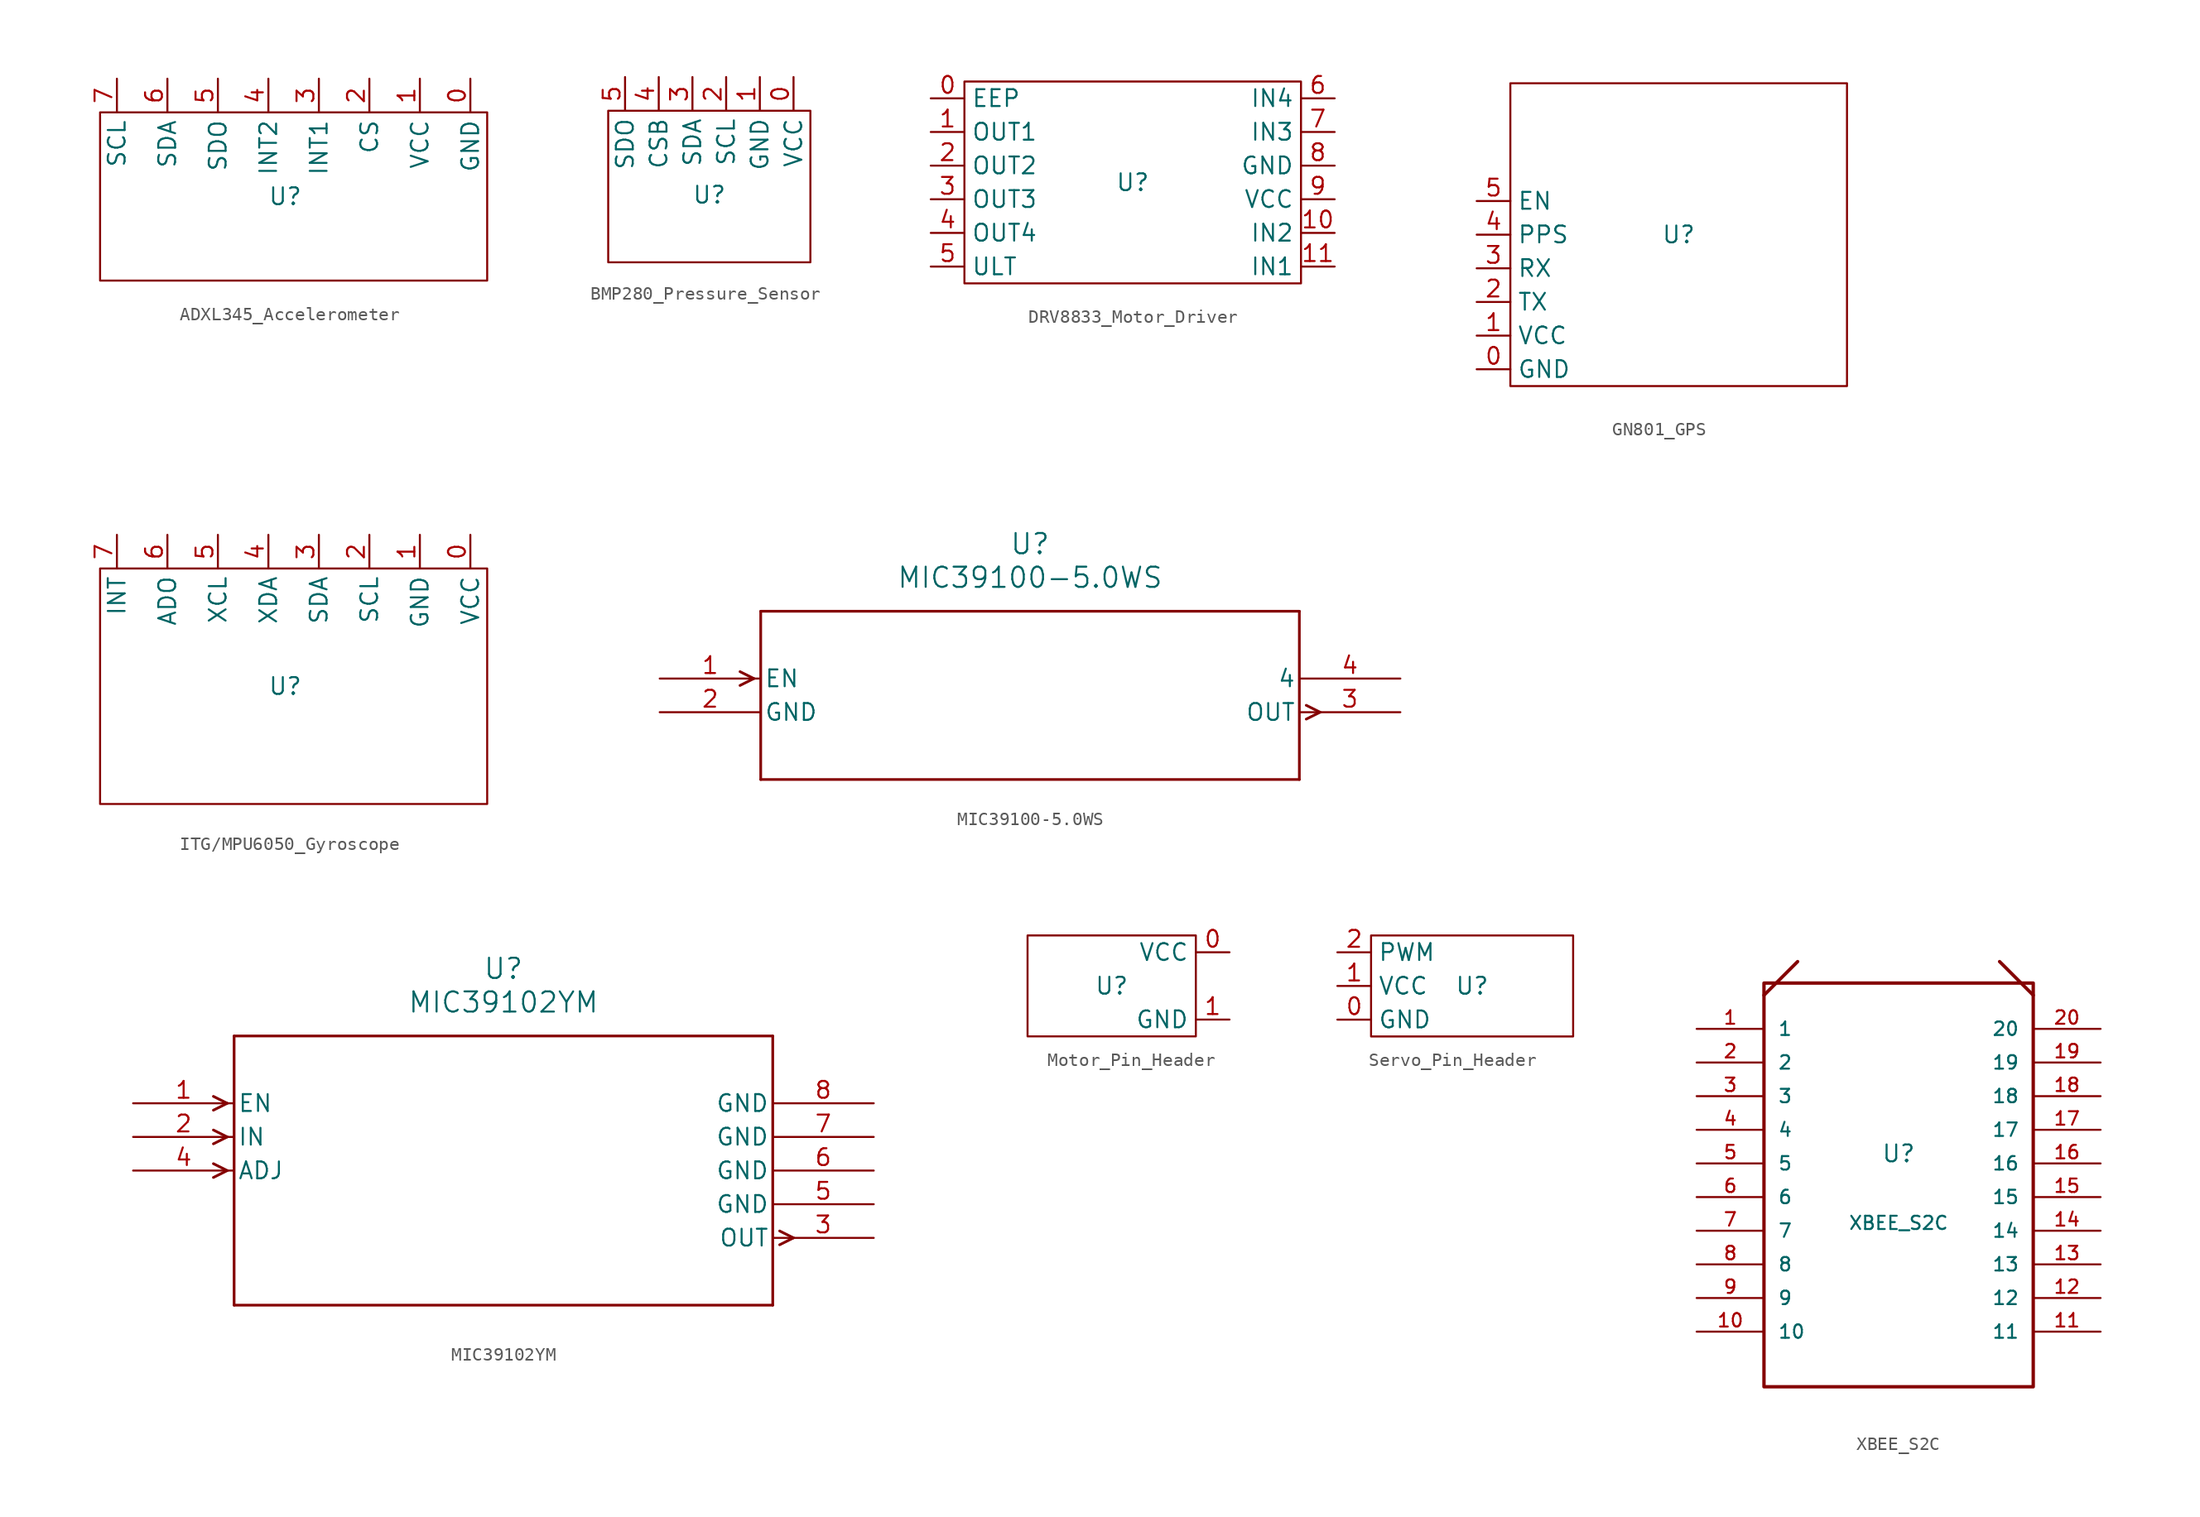
<source format=kicad_sym>
(kicad_symbol_lib
  (version 20220914)
  (generator kicad_symbol_editor)
  (symbol "ADXL345_Accelerometer"
    (property "Reference" "U"
      (at 0 0 0)
      (effects (font (size 1.27 1.27))))
    (property "Value" ""
      (at 3.81 0 0)
      (effects (font (size 1.27 1.27))))
    (symbol "ADXL345_Accelerometer_0_1"
      (rectangle (start -13.97 6.35) (end 15.24 -6.35) (stroke (width 0) (type default)) (fill (type none))))
    (symbol "ADXL345_Accelerometer_1_1"
      (pin unspecified line (at 13.97 8.89 270) (length 2.54) (name "GND" (effects (font (size 1.27 1.27)))) (number "0" (effects (font (size 1.27 1.27)))))
      (pin power_in line (at 10.16 8.89 270) (length 2.54) (name "VCC" (effects (font (size 1.27 1.27)))) (number "1" (effects (font (size 1.27 1.27)))))
      (pin unspecified line (at 6.35 8.89 270) (length 2.54) (name "CS" (effects (font (size 1.27 1.27)))) (number "2" (effects (font (size 1.27 1.27)))))
      (pin unspecified line (at 2.54 8.89 270) (length 2.54) (name "INT1" (effects (font (size 1.27 1.27)))) (number "3" (effects (font (size 1.27 1.27)))))
      (pin unspecified line (at -1.27 8.89 270) (length 2.54) (name "INT2" (effects (font (size 1.27 1.27)))) (number "4" (effects (font (size 1.27 1.27)))))
      (pin unspecified line (at -5.08 8.89 270) (length 2.54) (name "SDO" (effects (font (size 1.27 1.27)))) (number "5" (effects (font (size 1.27 1.27)))))
      (pin bidirectional line (at -8.89 8.89 270) (length 2.54) (name "SDA" (effects (font (size 1.27 1.27)))) (number "6" (effects (font (size 1.27 1.27)))))
      (pin bidirectional line (at -12.7 8.89 270) (length 2.54) (name "SCL" (effects (font (size 1.27 1.27)))) (number "7" (effects (font (size 1.27 1.27)))))))
  (symbol "BMP280_Pressure_Sensor"
    (property "Reference" "U"
      (at 0 0 0)
      (effects (font (size 1.27 1.27))))
    (property "Value" ""
      (at 2.54 3.81 0)
      (effects (font (size 1.27 1.27))))
    (symbol "BMP280_Pressure_Sensor_1_1"
      (rectangle (start -7.62 6.35) (end 7.62 -5.08) (stroke (width 0) (type default)) (fill (type none)))
      (pin power_in line (at 6.35 8.89 270) (length 2.54) (name "VCC" (effects (font (size 1.27 1.27)))) (number "0" (effects (font (size 1.27 1.27)))))
      (pin unspecified line (at 3.81 8.89 270) (length 2.54) (name "GND" (effects (font (size 1.27 1.27)))) (number "1" (effects (font (size 1.27 1.27)))))
      (pin bidirectional line (at 1.27 8.89 270) (length 2.54) (name "SCL" (effects (font (size 1.27 1.27)))) (number "2" (effects (font (size 1.27 1.27)))))
      (pin bidirectional line (at -1.27 8.89 270) (length 2.54) (name "SDA" (effects (font (size 1.27 1.27)))) (number "3" (effects (font (size 1.27 1.27)))))
      (pin unspecified line (at -3.81 8.89 270) (length 2.54) (name "CSB" (effects (font (size 1.27 1.27)))) (number "4" (effects (font (size 1.27 1.27)))))
      (pin unspecified line (at -6.35 8.89 270) (length 2.54) (name "SDO" (effects (font (size 1.27 1.27)))) (number "5" (effects (font (size 1.27 1.27)))))))
  (symbol "DRV8833_Motor_Driver"
    (property "Reference" "U"
      (at 0 0 0)
      (effects (font (size 1.27 1.27))))
    (property "Value" ""
      (at 0 -1.27 0)
      (effects (font (size 1.27 1.27))))
    (symbol "DRV8833_Motor_Driver_0_1"
      (rectangle (start -12.7 7.62) (end 12.7 -7.62) (stroke (width 0) (type default)) (fill (type none))))
    (symbol "DRV8833_Motor_Driver_1_1"
      (pin unspecified line (at -15.24 6.35 0) (length 2.54) (name "EEP" (effects (font (size 1.27 1.27)))) (number "0" (effects (font (size 1.27 1.27)))))
      (pin output line (at -15.24 3.81 0) (length 2.54) (name "OUT1" (effects (font (size 1.27 1.27)))) (number "1" (effects (font (size 1.27 1.27)))))
      (pin input line (at 15.24 -3.81 180) (length 2.54) (name "IN2" (effects (font (size 1.27 1.27)))) (number "10" (effects (font (size 1.27 1.27)))))
      (pin input line (at 15.24 -6.35 180) (length 2.54) (name "IN1" (effects (font (size 1.27 1.27)))) (number "11" (effects (font (size 1.27 1.27)))))
      (pin output line (at -15.24 1.27 0) (length 2.54) (name "OUT2" (effects (font (size 1.27 1.27)))) (number "2" (effects (font (size 1.27 1.27)))))
      (pin output line (at -15.24 -1.27 0) (length 2.54) (name "OUT3" (effects (font (size 1.27 1.27)))) (number "3" (effects (font (size 1.27 1.27)))))
      (pin output line (at -15.24 -3.81 0) (length 2.54) (name "OUT4" (effects (font (size 1.27 1.27)))) (number "4" (effects (font (size 1.27 1.27)))))
      (pin unspecified line (at -15.24 -6.35 0) (length 2.54) (name "ULT" (effects (font (size 1.27 1.27)))) (number "5" (effects (font (size 1.27 1.27)))))
      (pin input line (at 15.24 6.35 180) (length 2.54) (name "IN4" (effects (font (size 1.27 1.27)))) (number "6" (effects (font (size 1.27 1.27)))))
      (pin input line (at 15.24 3.81 180) (length 2.54) (name "IN3" (effects (font (size 1.27 1.27)))) (number "7" (effects (font (size 1.27 1.27)))))
      (pin power_out line (at 15.24 1.27 180) (length 2.54) (name "GND" (effects (font (size 1.27 1.27)))) (number "8" (effects (font (size 1.27 1.27)))))
      (pin power_in line (at 15.24 -1.27 180) (length 2.54) (name "VCC" (effects (font (size 1.27 1.27)))) (number "9" (effects (font (size 1.27 1.27)))))))
  (symbol "GN801_GPS"
    (property "Reference" "U"
      (at 0 0 0)
      (effects (font (size 1.27 1.27))))
    (property "Value" ""
      (at 0 0 0)
      (effects (font (size 1.27 1.27))))
    (symbol "GN801_GPS_0_1"
      (rectangle (start -12.7 11.43) (end 12.7 -11.43) (stroke (width 0) (type default)) (fill (type none))))
    (symbol "GN801_GPS_1_1"
      (pin unspecified line (at -15.24 -10.16 0) (length 2.54) (name "GND" (effects (font (size 1.27 1.27)))) (number "0" (effects (font (size 1.27 1.27)))))
      (pin power_in line (at -15.24 -7.62 0) (length 2.54) (name "VCC" (effects (font (size 1.27 1.27)))) (number "1" (effects (font (size 1.27 1.27)))))
      (pin output line (at -15.24 -5.08 0) (length 2.54) (name "TX" (effects (font (size 1.27 1.27)))) (number "2" (effects (font (size 1.27 1.27)))))
      (pin input line (at -15.24 -2.54 0) (length 2.54) (name "RX" (effects (font (size 1.27 1.27)))) (number "3" (effects (font (size 1.27 1.27)))))
      (pin unspecified line (at -15.24 0 0) (length 2.54) (name "PPS" (effects (font (size 1.27 1.27)))) (number "4" (effects (font (size 1.27 1.27)))))
      (pin unspecified line (at -15.24 2.54 0) (length 2.54) (name "EN" (effects (font (size 1.27 1.27)))) (number "5" (effects (font (size 1.27 1.27)))))))
  (symbol "ITG/MPU6050_Gyroscope"
    (property "Reference" "U"
      (at 0 0 0)
      (effects (font (size 1.27 1.27))))
    (property "Value" ""
      (at -1.27 0 0)
      (effects (font (size 1.27 1.27))))
    (symbol "ITG/MPU6050_Gyroscope_1_1"
      (rectangle (start -13.97 8.89) (end 15.24 -8.89) (stroke (width 0) (type default)) (fill (type none)))
      (pin power_out line (at 13.97 11.43 270) (length 2.54) (name "VCC" (effects (font (size 1.27 1.27)))) (number "0" (effects (font (size 1.27 1.27)))))
      (pin unspecified line (at 10.16 11.43 270) (length 2.54) (name "GND" (effects (font (size 1.27 1.27)))) (number "1" (effects (font (size 1.27 1.27)))))
      (pin bidirectional line (at 6.35 11.43 270) (length 2.54) (name "SCL" (effects (font (size 1.27 1.27)))) (number "2" (effects (font (size 1.27 1.27)))))
      (pin bidirectional line (at 2.54 11.43 270) (length 2.54) (name "SDA" (effects (font (size 1.27 1.27)))) (number "3" (effects (font (size 1.27 1.27)))))
      (pin unspecified line (at -1.27 11.43 270) (length 2.54) (name "XDA" (effects (font (size 1.27 1.27)))) (number "4" (effects (font (size 1.27 1.27)))))
      (pin unspecified line (at -5.08 11.43 270) (length 2.54) (name "XCL" (effects (font (size 1.27 1.27)))) (number "5" (effects (font (size 1.27 1.27)))))
      (pin unspecified line (at -8.89 11.43 270) (length 2.54) (name "ADO" (effects (font (size 1.27 1.27)))) (number "6" (effects (font (size 1.27 1.27)))))
      (pin unspecified line (at -12.7 11.43 270) (length 2.54) (name "INT" (effects (font (size 1.27 1.27)))) (number "7" (effects (font (size 1.27 1.27)))))))
  (symbol "MIC39100-5.0WS"
    (pin_names
      (offset 0.254))
    (property "Reference" "U"
      (at 27.94 10.16 0)
      (effects (font (size 1.524 1.524))))
    (property "Value" "MIC39100-5.0WS"
      (at 27.94 7.62 0)
      (effects (font (size 1.524 1.524))))
    (property "ki_locked" ""
      (at 0 0 0)
      (effects (font (size 1.27 1.27))))
    (symbol "MIC39100-5.0WS_0_1"
      (polyline (pts (xy 7.099 0) (xy 6.058 -0.521)) (stroke (width 0.203) (type default)) (fill (type none)))
      (polyline (pts (xy 7.099 0) (xy 6.058 0.521)) (stroke (width 0.203) (type default)) (fill (type none)))
      (polyline (pts (xy 7.62 -7.62) (xy 48.26 -7.62)) (stroke (width 0.203) (type default)) (fill (type none)))
      (polyline (pts (xy 7.62 5.08) (xy 7.62 -7.62)) (stroke (width 0.203) (type default)) (fill (type none)))
      (polyline (pts (xy 48.26 -7.62) (xy 48.26 5.08)) (stroke (width 0.203) (type default)) (fill (type none)))
      (polyline (pts (xy 48.26 5.08) (xy 7.62 5.08)) (stroke (width 0.203) (type default)) (fill (type none)))
      (polyline (pts (xy 48.781 -3.061) (xy 49.822 -2.54)) (stroke (width 0.203) (type default)) (fill (type none)))
      (polyline (pts (xy 48.781 -2.019) (xy 49.822 -2.54)) (stroke (width 0.203) (type default)) (fill (type none)))
      (pin input line (at 0 0 0) (length 7.62) (name "EN" (effects (font (size 1.27 1.27)))) (number "1" (effects (font (size 1.27 1.27)))))
      (pin power_in line (at 0 -2.54 0) (length 7.62) (name "GND" (effects (font (size 1.27 1.27)))) (number "2" (effects (font (size 1.27 1.27)))))
      (pin output line (at 55.88 -2.54 180) (length 7.62) (name "OUT" (effects (font (size 1.27 1.27)))) (number "3" (effects (font (size 1.27 1.27)))))
      (pin unspecified line (at 55.88 0 180) (length 7.62) (name "4" (effects (font (size 1.27 1.27)))) (number "4" (effects (font (size 1.27 1.27)))))))
  (symbol "MIC39102YM"
    (pin_names
      (offset 0.254))
    (property "Reference" "U"
      (at 27.94 10.16 0)
      (effects (font (size 1.524 1.524))))
    (property "Value" "MIC39102YM"
      (at 27.94 7.62 0)
      (effects (font (size 1.524 1.524))))
    (property "ki_locked" ""
      (at 0 0 0)
      (effects (font (size 1.27 1.27))))
    (symbol "MIC39102YM_0_1"
      (polyline (pts (xy 7.099 -5.08) (xy 6.058 -5.601)) (stroke (width 0.203) (type default)) (fill (type none)))
      (polyline (pts (xy 7.099 -5.08) (xy 6.058 -4.559)) (stroke (width 0.203) (type default)) (fill (type none)))
      (polyline (pts (xy 7.099 -2.54) (xy 6.058 -3.061)) (stroke (width 0.203) (type default)) (fill (type none)))
      (polyline (pts (xy 7.099 -2.54) (xy 6.058 -2.019)) (stroke (width 0.203) (type default)) (fill (type none)))
      (polyline (pts (xy 7.099 0) (xy 6.058 -0.521)) (stroke (width 0.203) (type default)) (fill (type none)))
      (polyline (pts (xy 7.099 0) (xy 6.058 0.521)) (stroke (width 0.203) (type default)) (fill (type none)))
      (polyline (pts (xy 7.62 -15.24) (xy 48.26 -15.24)) (stroke (width 0.203) (type default)) (fill (type none)))
      (polyline (pts (xy 7.62 5.08) (xy 7.62 -15.24)) (stroke (width 0.203) (type default)) (fill (type none)))
      (polyline (pts (xy 48.26 -15.24) (xy 48.26 5.08)) (stroke (width 0.203) (type default)) (fill (type none)))
      (polyline (pts (xy 48.26 5.08) (xy 7.62 5.08)) (stroke (width 0.203) (type default)) (fill (type none)))
      (polyline (pts (xy 48.781 -10.681) (xy 49.822 -10.16)) (stroke (width 0.203) (type default)) (fill (type none)))
      (polyline (pts (xy 48.781 -9.639) (xy 49.822 -10.16)) (stroke (width 0.203) (type default)) (fill (type none)))
      (pin input line (at 0 0 0) (length 7.62) (name "EN" (effects (font (size 1.27 1.27)))) (number "1" (effects (font (size 1.27 1.27)))))
      (pin input line (at 0 -2.54 0) (length 7.62) (name "IN" (effects (font (size 1.27 1.27)))) (number "2" (effects (font (size 1.27 1.27)))))
      (pin output line (at 55.88 -10.16 180) (length 7.62) (name "OUT" (effects (font (size 1.27 1.27)))) (number "3" (effects (font (size 1.27 1.27)))))
      (pin input line (at 0 -5.08 0) (length 7.62) (name "ADJ" (effects (font (size 1.27 1.27)))) (number "4" (effects (font (size 1.27 1.27)))))
      (pin power_in line (at 55.88 -7.62 180) (length 7.62) (name "GND" (effects (font (size 1.27 1.27)))) (number "5" (effects (font (size 1.27 1.27)))))
      (pin power_in line (at 55.88 -5.08 180) (length 7.62) (name "GND" (effects (font (size 1.27 1.27)))) (number "6" (effects (font (size 1.27 1.27)))))
      (pin power_in line (at 55.88 -2.54 180) (length 7.62) (name "GND" (effects (font (size 1.27 1.27)))) (number "7" (effects (font (size 1.27 1.27)))))
      (pin power_in line (at 55.88 0 180) (length 7.62) (name "GND" (effects (font (size 1.27 1.27)))) (number "8" (effects (font (size 1.27 1.27)))))))
  (symbol "Motor_Pin_Header"
    (property "Reference" "U"
      (at 0 0 0)
      (effects (font (size 1.27 1.27))))
    (property "Value" ""
      (at 0 0 0)
      (effects (font (size 1.27 1.27))))
    (symbol "Motor_Pin_Header_0_1"
      (rectangle (start -6.35 3.81) (end 6.35 -3.81) (stroke (width 0) (type default)) (fill (type none))))
    (symbol "Motor_Pin_Header_1_1"
      (pin power_in line (at 8.89 2.54 180) (length 2.54) (name "VCC" (effects (font (size 1.27 1.27)))) (number "0" (effects (font (size 1.27 1.27)))))
      (pin power_out line (at 8.89 -2.54 180) (length 2.54) (name "GND" (effects (font (size 1.27 1.27)))) (number "1" (effects (font (size 1.27 1.27)))))))
  (symbol "Servo_Pin_Header"
    (property "Reference" "U"
      (at 0 0 0)
      (effects (font (size 1.27 1.27))))
    (property "Value" ""
      (at 0 1.27 0)
      (effects (font (size 1.27 1.27))))
    (symbol "Servo_Pin_Header_0_1"
      (rectangle (start -7.62 3.81) (end 7.62 -3.81) (stroke (width 0) (type default)) (fill (type none))))
    (symbol "Servo_Pin_Header_1_1"
      (pin output line (at -10.16 -2.54 0) (length 2.54) (name "GND" (effects (font (size 1.27 1.27)))) (number "0" (effects (font (size 1.27 1.27)))))
      (pin input line (at -10.16 0 0) (length 2.54) (name "VCC" (effects (font (size 1.27 1.27)))) (number "1" (effects (font (size 1.27 1.27)))))
      (pin bidirectional line (at -10.16 2.54 0) (length 2.54) (name "PWM" (effects (font (size 1.27 1.27)))) (number "2" (effects (font (size 1.27 1.27)))))))
  (symbol "XBEE_S2C"
    (pin_names
      (offset 1.016))
    (property "Reference" "U"
      (at 0 0 0)
      (effects (font (size 1.27 1.27)) (justify bottom)))
    (property "Value" "XBEE_S2C"
      (at 0 -5.08 0)
      (effects (font (size 1 1)) (justify bottom)))
    (symbol "XBEE_S2C_0_0"
      (polyline (pts (xy -10.16 12.7) (xy -7.62 15.24)) (stroke (width 0.254) (type default)) (fill (type none)))
      (polyline (pts (xy 7.62 15.24) (xy 10.16 12.7)) (stroke (width 0.254) (type default)) (fill (type none)))
      (pin bidirectional line (at -15.24 10.16 0) (length 5.08) (name "1" (effects (font (size 1.016 1.016)))) (number "1" (effects (font (size 1.016 1.016)))))
      (pin bidirectional line (at -15.24 -12.7 0) (length 5.08) (name "10" (effects (font (size 1.016 1.016)))) (number "10" (effects (font (size 1.016 1.016)))))
      (pin bidirectional line (at 15.24 -12.7 180) (length 5.08) (name "11" (effects (font (size 1.016 1.016)))) (number "11" (effects (font (size 1.016 1.016)))))
      (pin bidirectional line (at 15.24 -10.16 180) (length 5.08) (name "12" (effects (font (size 1.016 1.016)))) (number "12" (effects (font (size 1.016 1.016)))))
      (pin bidirectional line (at 15.24 -7.62 180) (length 5.08) (name "13" (effects (font (size 1.016 1.016)))) (number "13" (effects (font (size 1.016 1.016)))))
      (pin bidirectional line (at 15.24 -5.08 180) (length 5.08) (name "14" (effects (font (size 1.016 1.016)))) (number "14" (effects (font (size 1.016 1.016)))))
      (pin bidirectional line (at 15.24 -2.54 180) (length 5.08) (name "15" (effects (font (size 1.016 1.016)))) (number "15" (effects (font (size 1.016 1.016)))))
      (pin bidirectional line (at 15.24 0 180) (length 5.08) (name "16" (effects (font (size 1.016 1.016)))) (number "16" (effects (font (size 1.016 1.016)))))
      (pin bidirectional line (at 15.24 2.54 180) (length 5.08) (name "17" (effects (font (size 1.016 1.016)))) (number "17" (effects (font (size 1.016 1.016)))))
      (pin bidirectional line (at 15.24 5.08 180) (length 5.08) (name "18" (effects (font (size 1.016 1.016)))) (number "18" (effects (font (size 1.016 1.016)))))
      (pin bidirectional line (at 15.24 7.62 180) (length 5.08) (name "19" (effects (font (size 1.016 1.016)))) (number "19" (effects (font (size 1.016 1.016)))))
      (pin bidirectional line (at -15.24 7.62 0) (length 5.08) (name "2" (effects (font (size 1.016 1.016)))) (number "2" (effects (font (size 1.016 1.016)))))
      (pin bidirectional line (at 15.24 10.16 180) (length 5.08) (name "20" (effects (font (size 1.016 1.016)))) (number "20" (effects (font (size 1.016 1.016)))))
      (pin bidirectional line (at -15.24 5.08 0) (length 5.08) (name "3" (effects (font (size 1.016 1.016)))) (number "3" (effects (font (size 1.016 1.016)))))
      (pin bidirectional line (at -15.24 2.54 0) (length 5.08) (name "4" (effects (font (size 1.016 1.016)))) (number "4" (effects (font (size 1.016 1.016)))))
      (pin bidirectional line (at -15.24 0 0) (length 5.08) (name "5" (effects (font (size 1.016 1.016)))) (number "5" (effects (font (size 1.016 1.016)))))
      (pin bidirectional line (at -15.24 -2.54 0) (length 5.08) (name "6" (effects (font (size 1.016 1.016)))) (number "6" (effects (font (size 1.016 1.016)))))
      (pin bidirectional line (at -15.24 -5.08 0) (length 5.08) (name "7" (effects (font (size 1.016 1.016)))) (number "7" (effects (font (size 1.016 1.016)))))
      (pin bidirectional line (at -15.24 -7.62 0) (length 5.08) (name "8" (effects (font (size 1.016 1.016)))) (number "8" (effects (font (size 1.016 1.016)))))
      (pin bidirectional line (at -15.24 -10.16 0) (length 5.08) (name "9" (effects (font (size 1.016 1.016)))) (number "9" (effects (font (size 1.016 1.016))))))
    (symbol "XBEE_S2C_1_0"
      (rectangle (start -10.16 13.617) (end 10.16 -16.863) (stroke (width 0.254) (type default)) (fill (type none))))))
</source>
